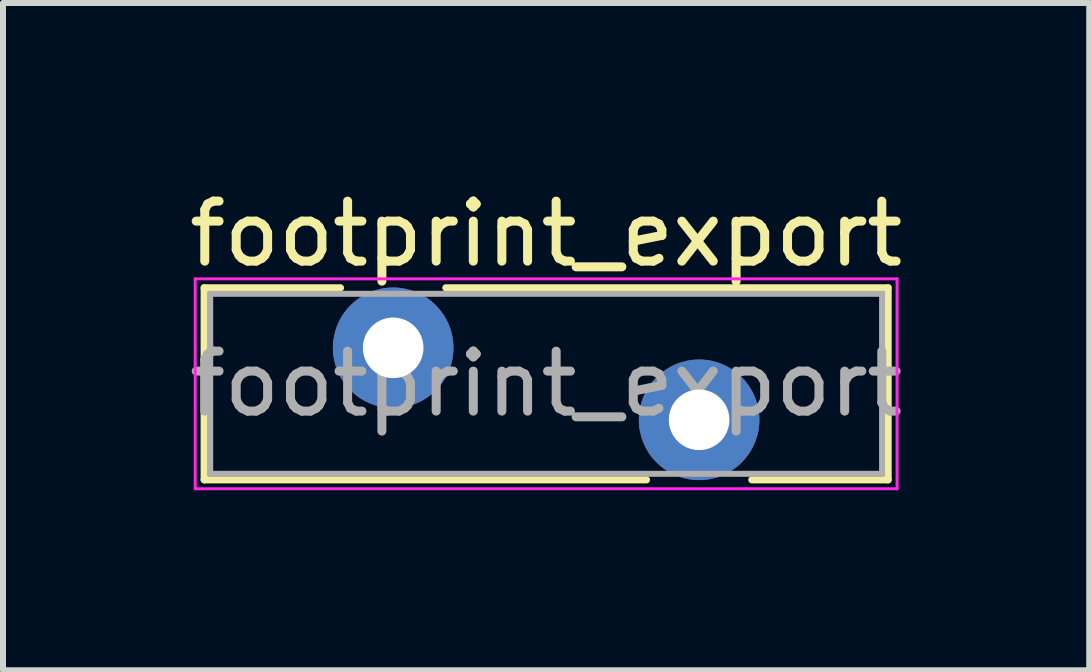
<source format=kicad_pcb>
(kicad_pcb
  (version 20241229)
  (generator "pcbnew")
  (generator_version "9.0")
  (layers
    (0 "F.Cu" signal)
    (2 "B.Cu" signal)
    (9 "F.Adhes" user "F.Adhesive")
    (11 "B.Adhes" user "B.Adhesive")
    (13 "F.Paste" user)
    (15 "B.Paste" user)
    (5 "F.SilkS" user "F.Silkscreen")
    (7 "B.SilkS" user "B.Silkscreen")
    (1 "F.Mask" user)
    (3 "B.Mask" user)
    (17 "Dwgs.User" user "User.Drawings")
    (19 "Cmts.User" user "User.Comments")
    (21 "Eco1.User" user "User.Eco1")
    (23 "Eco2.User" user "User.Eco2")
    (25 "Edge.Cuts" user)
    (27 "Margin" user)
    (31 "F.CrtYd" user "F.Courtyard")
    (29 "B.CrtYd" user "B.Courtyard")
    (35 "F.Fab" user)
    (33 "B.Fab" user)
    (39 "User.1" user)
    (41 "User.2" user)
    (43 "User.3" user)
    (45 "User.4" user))
  (footprint "footprint_export"
    (layer "F.Cu")
    (at 3.504 2.748)
    (property "Reference" "footprint_export" (at 2.55 -1.9 0) (layer "F.SilkS") (effects (font (size 1 1) (thickness 0.15))))
    (attr through_hole)
    (fp_line (start -3.15 -1) (end -3.15 2.2) (stroke (width 0.12) (type solid)) (layer "F.SilkS"))
    (fp_line (start -3.15 -1) (end -0.879 -1) (stroke (width 0.12) (type solid)) (layer "F.SilkS"))
    (fp_line (start -3.15 2.2) (end 4.222 2.2) (stroke (width 0.12) (type solid)) (layer "F.SilkS"))
    (fp_line (start 0.879 -1) (end 8.25 -1) (stroke (width 0.12) (type solid)) (layer "F.SilkS"))
    (fp_line (start 5.979 2.2) (end 8.25 2.2) (stroke (width 0.12) (type solid)) (layer "F.SilkS"))
    (fp_line (start 8.25 -1) (end 8.25 2.2) (stroke (width 0.12) (type solid)) (layer "F.SilkS"))
    (fp_line (start -3.3 -1.15) (end -3.3 2.35) (stroke (width 0.05) (type solid)) (layer "F.CrtYd"))
    (fp_line (start -3.3 2.35) (end 8.4 2.35) (stroke (width 0.05) (type solid)) (layer "F.CrtYd"))
    (fp_line (start 8.4 -1.15) (end -3.3 -1.15) (stroke (width 0.05) (type solid)) (layer "F.CrtYd"))
    (fp_line (start 8.4 2.35) (end 8.4 -1.15) (stroke (width 0.05) (type solid)) (layer "F.CrtYd"))
    (fp_line (start -3.05 -0.9) (end -3.05 2.1) (stroke (width 0.1) (type solid)) (layer "F.Fab"))
    (fp_line (start -3.05 2.1) (end 8.15 2.1) (stroke (width 0.1) (type solid)) (layer "F.Fab"))
    (fp_line (start 8.15 -0.9) (end -3.05 -0.9) (stroke (width 0.1) (type solid)) (layer "F.Fab"))
    (fp_line (start 8.15 2.1) (end 8.15 -0.9) (stroke (width 0.1) (type solid)) (layer "F.Fab"))
    (fp_text user "${REFERENCE}" (at 2.55 0.6 0) (layer "F.Fab") (effects (font (size 1 1) (thickness 0.15))))
    (pad "1" thru_hole circle (at 0 0) (size 2.01 2.01) (drill 1.01) (layers "*.Cu" "*.Mask"))
    (pad "2" thru_hole circle (at 5.1 1.2) (size 2.01 2.01) (drill 1.01) (layers "*.Cu" "*.Mask")))
  (gr_rect
    (start -3 -3)
    (end 15.107 8.123)
    (stroke (width 0.1) (type default))
    (fill no)
    (layer "Edge.Cuts")))
</source>
